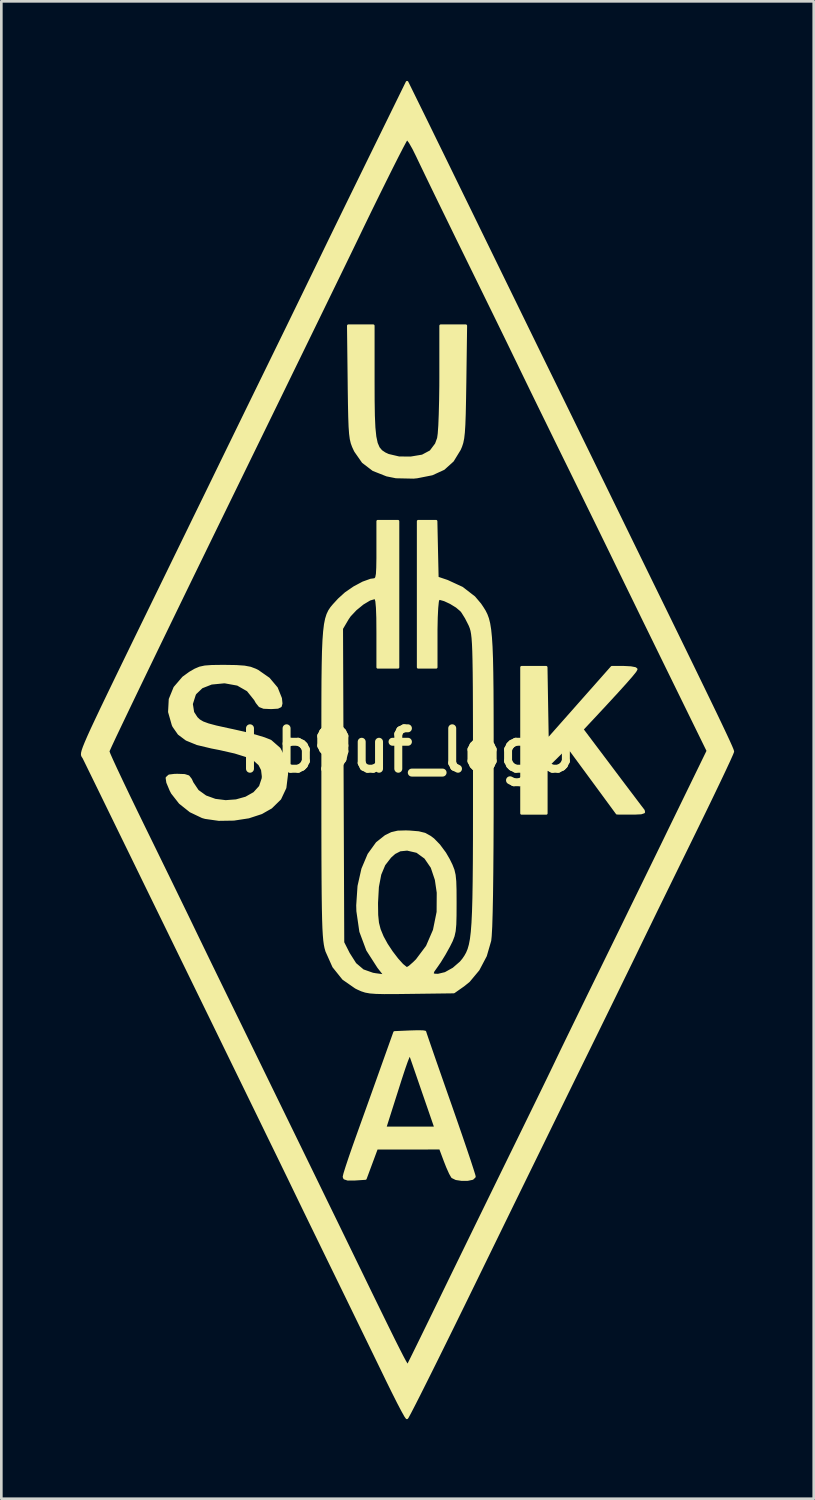
<source format=kicad_pcb>
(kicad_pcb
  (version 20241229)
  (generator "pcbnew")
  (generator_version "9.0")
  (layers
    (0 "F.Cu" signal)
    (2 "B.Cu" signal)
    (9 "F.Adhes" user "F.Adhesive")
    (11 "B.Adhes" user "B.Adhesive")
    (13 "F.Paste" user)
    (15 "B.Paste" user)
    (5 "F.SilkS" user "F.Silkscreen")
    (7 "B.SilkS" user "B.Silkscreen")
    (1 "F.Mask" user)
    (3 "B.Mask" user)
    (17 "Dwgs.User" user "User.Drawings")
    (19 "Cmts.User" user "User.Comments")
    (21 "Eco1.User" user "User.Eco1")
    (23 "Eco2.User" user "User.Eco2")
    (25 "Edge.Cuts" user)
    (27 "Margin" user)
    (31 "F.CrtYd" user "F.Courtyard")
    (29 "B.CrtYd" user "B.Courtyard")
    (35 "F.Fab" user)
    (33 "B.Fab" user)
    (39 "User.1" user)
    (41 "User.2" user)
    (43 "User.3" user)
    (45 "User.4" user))
  (footprint "hb9uf_logo"
    (layer "F.Cu")
    (at 12.284 25.226)
    (property "Reference" "hb9uf_logo" (at 0 0 0) (layer "F.SilkS") (effects (font (size 1.524 1.524) (thickness 0.3))))
    (attr through_hole)
    (fp_poly (pts (xy 8.921 2.323) (xy 8.822 2.356) (xy 8.587 2.368) (xy 8.456 2.368) (xy 7.916 2.366) (xy 6.986 1.1) (xy 6.055 -0.165) (xy 5.652 0.232) (xy 5.249 0.629) (xy 5.249 1.5) (xy 5.249 2.371) (xy 4.784 2.371) (xy 4.318 2.371) (xy 4.318 -0.381) (xy 4.318 -3.133) (xy 4.782 -3.133) (xy 5.245 -3.133) (xy 5.268 -1.76) (xy 5.292 -0.387) (xy 6.506 -1.76) (xy 7.721 -3.133) (xy 8.178 -3.133) (xy 8.431 -3.12) (xy 8.597 -3.089) (xy 8.636 -3.059) (xy 8.594 -2.986) (xy 8.464 -2.825) (xy 8.24 -2.568) (xy 7.917 -2.211) (xy 7.488 -1.745) (xy 6.948 -1.165) (xy 6.883 -1.096) (xy 6.601 -0.794) (xy 7.712 0.682) (xy 8.042 1.121) (xy 8.342 1.518) (xy 8.594 1.851) (xy 8.782 2.1) (xy 8.892 2.243) (xy 8.909 2.265) (xy 8.921 2.323)) (stroke (width 0.1) (type solid)) (fill yes) (layer "F.SilkS"))
    (fp_poly (pts (xy 2.216 -16.002) (xy 2.187 -13.864) (xy 2.176 -13.198) (xy 2.165 -12.679) (xy 2.151 -12.282) (xy 2.132 -11.985) (xy 2.107 -11.764) (xy 2.073 -11.596) (xy 2.028 -11.459) (xy 1.979 -11.345) (xy 1.72 -10.922) (xy 1.382 -10.617) (xy 0.943 -10.416) (xy 0.379 -10.304) (xy 0.244 -10.291) (xy -0.411 -10.305) (xy -0.757 -10.375) (xy -1.268 -10.577) (xy -1.653 -10.871) (xy -1.938 -11.279) (xy -1.96 -11.322) (xy -2.021 -11.454) (xy -2.069 -11.585) (xy -2.105 -11.738) (xy -2.131 -11.937) (xy -2.15 -12.205) (xy -2.163 -12.565) (xy -2.173 -13.041) (xy -2.182 -13.657) (xy -2.184 -13.864) (xy -2.209 -16.002) (xy -1.74 -16.002) (xy -1.27 -16.002) (xy -1.27 -13.925) (xy -1.268 -13.194) (xy -1.259 -12.612) (xy -1.239 -12.161) (xy -1.204 -11.822) (xy -1.151 -11.573) (xy -1.075 -11.397) (xy -0.972 -11.274) (xy -0.839 -11.184) (xy -0.705 -11.122) (xy -0.302 -11.027) (xy 0.142 -11.023) (xy 0.584 -11.097) (xy 0.897 -11.264) (xy 1.104 -11.54) (xy 1.185 -11.762) (xy 1.209 -11.933) (xy 1.231 -12.244) (xy 1.248 -12.668) (xy 1.261 -13.175) (xy 1.269 -13.737) (xy 1.27 -14.034) (xy 1.27 -16.002) (xy 1.743 -16.002) (xy 2.216 -16.002)) (stroke (width 0.1) (type solid)) (fill yes) (layer "F.SilkS"))
    (fp_poly (pts (xy 2.54 16.06) (xy 2.467 16.13) (xy 2.288 16.167) (xy 2.063 16.169) (xy 1.852 16.137) (xy 1.715 16.07) (xy 1.71 16.064) (xy 1.634 15.931) (xy 1.528 15.695) (xy 1.44 15.472) (xy 1.258 14.986) (xy 1.084 14.986) (xy 1.084 14.224) (xy 0.638 12.933) (xy 0.484 12.486) (xy 0.348 12.091) (xy 0.239 11.776) (xy 0.168 11.572) (xy 0.149 11.515) (xy 0.124 11.467) (xy 0.092 11.472) (xy 0.047 11.548) (xy -0.019 11.713) (xy -0.114 11.983) (xy -0.243 12.376) (xy -0.413 12.911) (xy -0.448 13.02) (xy -0.83 14.224) (xy 0.127 14.224) (xy 1.084 14.224) (xy 1.084 14.986) (xy 0.057 14.987) (xy -1.143 14.987) (xy -1.355 15.558) (xy -1.567 16.129) (xy -1.969 16.155) (xy -2.228 16.157) (xy -2.35 16.117) (xy -2.371 16.064) (xy -2.343 15.946) (xy -2.267 15.701) (xy -2.153 15.358) (xy -2.011 14.948) (xy -1.932 14.725) (xy -1.745 14.203) (xy -1.523 13.585) (xy -1.29 12.934) (xy -1.069 12.315) (xy -0.98 12.065) (xy -0.466 10.626) (xy 0.106 10.601) (xy 0.392 10.593) (xy 0.597 10.596) (xy 0.677 10.609) (xy 0.677 10.61) (xy 0.704 10.695) (xy 0.781 10.921) (xy 0.901 11.269) (xy 1.057 11.72) (xy 1.244 12.255) (xy 1.454 12.856) (xy 1.609 13.296) (xy 1.832 13.935) (xy 2.036 14.525) (xy 2.214 15.047) (xy 2.36 15.481) (xy 2.466 15.808) (xy 2.528 16.007) (xy 2.54 16.06)) (stroke (width 0.1) (type solid)) (fill yes) (layer "F.SilkS"))
    (fp_poly (pts (xy -4.531 0.895) (xy -4.593 1.404) (xy -4.787 1.816) (xy -5.123 2.145) (xy -5.488 2.352) (xy -5.967 2.509) (xy -6.524 2.594) (xy -7.09 2.603) (xy -7.596 2.531) (xy -7.705 2.5) (xy -8.154 2.286) (xy -8.55 1.971) (xy -8.842 1.598) (xy -8.899 1.488) (xy -9.018 1.203) (xy -9.043 1.036) (xy -8.958 0.957) (xy -8.75 0.932) (xy -8.637 0.931) (xy -8.382 0.94) (xy -8.238 0.985) (xy -8.149 1.1) (xy -8.092 1.226) (xy -7.889 1.528) (xy -7.592 1.742) (xy -7.23 1.873) (xy -6.834 1.923) (xy -6.436 1.894) (xy -6.064 1.79) (xy -5.751 1.613) (xy -5.527 1.366) (xy -5.423 1.053) (xy -5.419 0.974) (xy -5.449 0.725) (xy -5.553 0.521) (xy -5.747 0.349) (xy -6.049 0.202) (xy -6.478 0.068) (xy -7.049 -0.062) (xy -7.357 -0.122) (xy -7.902 -0.252) (xy -8.305 -0.417) (xy -8.592 -0.632) (xy -8.789 -0.913) (xy -8.813 -0.966) (xy -8.951 -1.452) (xy -8.926 -1.926) (xy -8.748 -2.363) (xy -8.424 -2.741) (xy -8.177 -2.92) (xy -7.979 -3.035) (xy -7.807 -3.108) (xy -7.614 -3.15) (xy -7.354 -3.169) (xy -6.983 -3.174) (xy -6.865 -3.174) (xy -6.432 -3.167) (xy -6.125 -3.146) (xy -5.899 -3.103) (xy -5.71 -3.031) (xy -5.63 -2.991) (xy -5.211 -2.699) (xy -4.915 -2.347) (xy -4.76 -1.96) (xy -4.741 -1.772) (xy -4.767 -1.672) (xy -4.87 -1.623) (xy -5.094 -1.609) (xy -5.144 -1.609) (xy -5.395 -1.62) (xy -5.544 -1.677) (xy -5.655 -1.816) (xy -5.715 -1.923) (xy -5.994 -2.271) (xy -6.378 -2.491) (xy -6.855 -2.577) (xy -6.895 -2.578) (xy -7.368 -2.532) (xy -7.736 -2.387) (xy -7.979 -2.155) (xy -8.005 -2.109) (xy -8.118 -1.752) (xy -8.067 -1.43) (xy -7.934 -1.223) (xy -7.833 -1.127) (xy -7.696 -1.046) (xy -7.493 -0.971) (xy -7.195 -0.891) (xy -6.77 -0.797) (xy -6.572 -0.755) (xy -6.123 -0.654) (xy -5.713 -0.548) (xy -5.381 -0.447) (xy -5.166 -0.363) (xy -5.136 -0.347) (xy -4.809 -0.061) (xy -4.611 0.319) (xy -4.533 0.808) (xy -4.531 0.895)) (stroke (width 0.1) (type solid)) (fill yes) (layer "F.SilkS"))
    (fp_poly (pts (xy 3.217 1.128) (xy 3.216 2.433) (xy 3.211 3.587) (xy 3.203 4.586) (xy 3.193 5.43) (xy 3.179 6.113) (xy 3.163 6.636) (xy 3.143 6.993) (xy 3.125 7.165) (xy 2.96 7.734) (xy 2.685 8.256) (xy 2.328 8.684) (xy 2.131 8.844) (xy 1.764 9.102) (xy 0.137 9.123) (xy -0.427 9.13) (xy -0.851 9.131) (xy -1.162 9.124) (xy -1.39 9.107) (xy -1.562 9.076) (xy -1.707 9.029) (xy -1.854 8.963) (xy -1.927 8.926) (xy -2.395 8.6) (xy -2.763 8.141) (xy -3.023 7.558) (xy -3.03 7.535) (xy -3.059 7.432) (xy -3.083 7.309) (xy -3.104 7.153) (xy -3.121 6.952) (xy -3.136 6.694) (xy -3.147 6.366) (xy -3.156 5.956) (xy -3.163 5.45) (xy -3.168 4.836) (xy -3.172 4.102) (xy -3.174 3.235) (xy -3.175 2.222) (xy -3.175 1.185) (xy -3.175 0.016) (xy -3.175 -0.997) (xy -3.174 -1.866) (xy -3.171 -2.603) (xy -3.163 -3.22) (xy -3.152 -3.731) (xy -3.134 -4.147) (xy -3.109 -4.482) (xy -3.077 -4.748) (xy -3.035 -4.957) (xy -2.983 -5.121) (xy -2.92 -5.254) (xy -2.844 -5.368) (xy -2.754 -5.476) (xy -2.65 -5.589) (xy -2.559 -5.688) (xy -2.304 -5.919) (xy -1.985 -6.138) (xy -1.653 -6.315) (xy -1.364 -6.419) (xy -1.249 -6.434) (xy -1.188 -6.449) (xy -1.146 -6.512) (xy -1.12 -6.648) (xy -1.107 -6.885) (xy -1.101 -7.249) (xy -1.101 -7.535) (xy -1.101 -8.636) (xy -0.72 -8.636) (xy -0.339 -8.636) (xy -0.339 -5.884) (xy -0.339 -3.133) (xy -0.72 -3.133) (xy -1.101 -3.133) (xy -1.101 -4.445) (xy -1.105 -4.991) (xy -1.119 -5.38) (xy -1.142 -5.627) (xy -1.177 -5.744) (xy -1.199 -5.757) (xy -1.407 -5.696) (xy -1.669 -5.539) (xy -1.936 -5.321) (xy -2.161 -5.082) (xy -2.243 -4.962) (xy -2.459 -4.594) (xy -2.436 1.323) (xy -2.413 7.239) (xy -2.201 7.658) (xy -1.953 8.048) (xy -1.662 8.295) (xy -1.291 8.426) (xy -1.181 8.444) (xy -0.811 8.494) (xy -1.071 8.163) (xy -1.486 7.516) (xy -1.745 6.821) (xy -1.856 6.055) (xy -1.862 5.835) (xy -1.813 5.113) (xy -1.668 4.469) (xy -1.437 3.923) (xy -1.128 3.495) (xy -0.804 3.238) (xy -0.576 3.126) (xy -0.345 3.072) (xy -0.041 3.063) (xy 0.101 3.068) (xy 0.437 3.096) (xy 0.672 3.154) (xy 0.871 3.265) (xy 0.99 3.355) (xy 1.205 3.576) (xy 1.428 3.877) (xy 1.566 4.115) (xy 1.669 4.324) (xy 1.74 4.505) (xy 1.784 4.695) (xy 1.808 4.933) (xy 1.818 5.26) (xy 1.82 5.713) (xy 1.82 5.757) (xy 1.818 6.224) (xy 1.809 6.559) (xy 1.786 6.803) (xy 1.744 6.992) (xy 1.678 7.165) (xy 1.58 7.362) (xy 1.578 7.366) (xy 1.409 7.67) (xy 1.233 7.957) (xy 1.172 8.045) (xy 1.172 5.358) (xy 1.1 4.867) (xy 0.943 4.399) (xy 0.697 4.04) (xy 0.381 3.81) (xy 0.012 3.725) (xy 0.001 3.725) (xy -0.263 3.752) (xy -0.472 3.859) (xy -0.636 4.006) (xy -0.863 4.299) (xy -1.017 4.667) (xy -1.107 5.137) (xy -1.14 5.738) (xy -1.14 5.8) (xy -1.134 6.204) (xy -1.104 6.5) (xy -1.04 6.75) (xy -0.931 7.014) (xy -0.92 7.037) (xy -0.77 7.311) (xy -0.578 7.601) (xy -0.372 7.87) (xy -0.182 8.082) (xy -0.036 8.2) (xy 0.006 8.213) (xy 0.101 8.157) (xy 0.265 8.013) (xy 0.377 7.903) (xy 0.763 7.388) (xy 1.028 6.774) (xy 1.167 6.089) (xy 1.172 5.358) (xy 1.172 8.045) (xy 1.134 8.101) (xy 0.986 8.31) (xy 0.948 8.419) (xy 1.025 8.461) (xy 1.173 8.467) (xy 1.449 8.401) (xy 1.755 8.23) (xy 2.032 7.99) (xy 2.128 7.874) (xy 2.206 7.759) (xy 2.274 7.638) (xy 2.332 7.498) (xy 2.381 7.327) (xy 2.422 7.111) (xy 2.455 6.839) (xy 2.481 6.499) (xy 2.501 6.076) (xy 2.516 5.559) (xy 2.526 4.936) (xy 2.533 4.193) (xy 2.537 3.318) (xy 2.538 2.299) (xy 2.538 1.146) (xy 2.538 0.045) (xy 2.537 -0.901) (xy 2.535 -1.703) (xy 2.532 -2.375) (xy 2.527 -2.929) (xy 2.52 -3.379) (xy 2.511 -3.738) (xy 2.499 -4.017) (xy 2.484 -4.232) (xy 2.465 -4.394) (xy 2.443 -4.516) (xy 2.416 -4.612) (xy 2.384 -4.695) (xy 2.364 -4.74) (xy 2.231 -5.001) (xy 2.096 -5.218) (xy 2.049 -5.278) (xy 1.877 -5.424) (xy 1.649 -5.564) (xy 1.418 -5.672) (xy 1.24 -5.722) (xy 1.182 -5.713) (xy 1.152 -5.613) (xy 1.128 -5.371) (xy 1.11 -5.015) (xy 1.101 -4.572) (xy 1.101 -4.398) (xy 1.101 -3.133) (xy 0.762 -3.133) (xy 0.423 -3.133) (xy 0.423 -5.884) (xy 0.423 -8.636) (xy 0.759 -8.636) (xy 1.096 -8.636) (xy 1.119 -7.569) (xy 1.143 -6.502) (xy 1.516 -6.376) (xy 2.075 -6.118) (xy 2.531 -5.765) (xy 2.751 -5.505) (xy 2.84 -5.373) (xy 2.918 -5.248) (xy 2.984 -5.116) (xy 3.04 -4.965) (xy 3.086 -4.781) (xy 3.123 -4.552) (xy 3.152 -4.264) (xy 3.175 -3.905) (xy 3.192 -3.461) (xy 3.203 -2.92) (xy 3.211 -2.269) (xy 3.215 -1.494) (xy 3.217 -0.583) (xy 3.217 0.477) (xy 3.217 1.128)) (stroke (width 0.1) (type solid)) (fill yes) (layer "F.SilkS"))
    (fp_poly (pts (xy 12.277 0.043) (xy 12.24 0.139) (xy 12.137 0.37) (xy 11.974 0.72) (xy 11.759 1.174) (xy 11.5 1.714) (xy 11.341 2.043) (xy 11.341 0.016) (xy 9.937 -2.849) (xy 9.588 -3.561) (xy 9.235 -4.283) (xy 8.891 -4.985) (xy 8.571 -5.642) (xy 8.287 -6.223) (xy 8.054 -6.702) (xy 7.916 -6.985) (xy 7.727 -7.375) (xy 7.477 -7.888) (xy 7.181 -8.493) (xy 6.853 -9.162) (xy 6.509 -9.865) (xy 6.162 -10.572) (xy 5.969 -10.964) (xy 5.637 -11.64) (xy 5.309 -12.311) (xy 4.996 -12.949) (xy 4.712 -13.531) (xy 4.47 -14.029) (xy 4.281 -14.418) (xy 4.191 -14.605) (xy 4.051 -14.893) (xy 3.849 -15.31) (xy 3.594 -15.833) (xy 3.299 -16.437) (xy 2.974 -17.1) (xy 2.632 -17.799) (xy 2.283 -18.51) (xy 2.247 -18.584) (xy 1.903 -19.285) (xy 1.57 -19.968) (xy 1.256 -20.61) (xy 0.974 -21.191) (xy 0.733 -21.689) (xy 0.544 -22.082) (xy 0.417 -22.347) (xy 0.404 -22.376) (xy 0.251 -22.685) (xy 0.118 -22.918) (xy 0.024 -23.043) (xy -0.008 -23.054) (xy -0.067 -22.956) (xy -0.19 -22.727) (xy -0.365 -22.387) (xy -0.582 -21.957) (xy -0.83 -21.459) (xy -1.1 -20.913) (xy -1.381 -20.341) (xy -1.662 -19.762) (xy -1.862 -19.346) (xy -1.962 -19.139) (xy -2.131 -18.79) (xy -2.364 -18.31) (xy -2.656 -17.71) (xy -3.001 -17.001) (xy -3.394 -16.194) (xy -3.831 -15.298) (xy -4.305 -14.326) (xy -4.811 -13.287) (xy -5.345 -12.193) (xy -5.901 -11.054) (xy -6.473 -9.881) (xy -6.804 -9.203) (xy -7.374 -8.035) (xy -7.922 -6.91) (xy -8.445 -5.835) (xy -8.937 -4.821) (xy -9.395 -3.876) (xy -9.813 -3.011) (xy -10.187 -2.235) (xy -10.513 -1.556) (xy -10.786 -0.985) (xy -11.002 -0.532) (xy -11.155 -0.204) (xy -11.242 -0.013) (xy -11.261 0.035) (xy -11.225 0.134) (xy -11.122 0.367) (xy -10.961 0.716) (xy -10.749 1.165) (xy -10.497 1.694) (xy -10.21 2.287) (xy -9.899 2.926) (xy -9.897 2.93) (xy -9.562 3.614) (xy -9.231 4.292) (xy -8.916 4.937) (xy -8.63 5.525) (xy -8.384 6.031) (xy -8.191 6.429) (xy -8.086 6.646) (xy -7.922 6.987) (xy -7.7 7.445) (xy -7.436 7.989) (xy -7.147 8.583) (xy -6.849 9.194) (xy -6.646 9.61) (xy -6.3 10.318) (xy -5.901 11.136) (xy -5.461 12.038) (xy -4.992 12.999) (xy -4.506 13.995) (xy -4.016 15) (xy -3.533 15.991) (xy -3.071 16.941) (xy -2.639 17.826) (xy -2.252 18.622) (xy -1.921 19.303) (xy -1.776 19.6) (xy -1.361 20.455) (xy -1.012 21.169) (xy -0.726 21.753) (xy -0.496 22.219) (xy -0.315 22.579) (xy -0.179 22.844) (xy -0.082 23.025) (xy -0.017 23.134) (xy 0.021 23.182) (xy 0.036 23.185) (xy 0.077 23.105) (xy 0.184 22.89) (xy 0.348 22.557) (xy 0.56 22.124) (xy 0.812 21.608) (xy 1.096 21.026) (xy 1.377 20.447) (xy 1.763 19.654) (xy 2.197 18.765) (xy 2.654 17.828) (xy 3.112 16.891) (xy 3.546 16.003) (xy 3.933 15.212) (xy 3.982 15.113) (xy 4.306 14.451) (xy 4.625 13.798) (xy 4.927 13.18) (xy 5.199 12.622) (xy 5.428 12.15) (xy 5.602 11.789) (xy 5.672 11.642) (xy 5.812 11.35) (xy 6.014 10.934) (xy 6.264 10.42) (xy 6.549 9.835) (xy 6.855 9.207) (xy 7.171 8.562) (xy 7.28 8.34) (xy 7.619 7.648) (xy 8.012 6.845) (xy 8.438 5.971) (xy 8.879 5.069) (xy 9.314 4.179) (xy 9.722 3.342) (xy 9.912 2.95) (xy 11.341 0.016) (xy 11.341 2.043) (xy 11.205 2.324) (xy 10.881 2.988) (xy 10.702 3.354) (xy 10.348 4.076) (xy 10.001 4.784) (xy 9.673 5.455) (xy 9.373 6.067) (xy 9.114 6.6) (xy 8.904 7.031) (xy 8.755 7.339) (xy 8.721 7.408) (xy 8.595 7.67) (xy 8.404 8.062) (xy 8.159 8.563) (xy 7.872 9.152) (xy 7.551 9.808) (xy 7.208 10.508) (xy 6.853 11.232) (xy 6.714 11.515) (xy 6.382 12.191) (xy 5.988 12.995) (xy 5.545 13.9) (xy 5.065 14.882) (xy 4.559 15.916) (xy 4.041 16.975) (xy 3.523 18.036) (xy 3.017 19.073) (xy 2.584 19.96) (xy 2.157 20.834) (xy 1.751 21.661) (xy 1.372 22.43) (xy 1.027 23.128) (xy 0.721 23.742) (xy 0.461 24.261) (xy 0.252 24.672) (xy 0.102 24.962) (xy 0.016 25.12) (xy -0.002 25.146) (xy -0.054 25.073) (xy -0.167 24.871) (xy -0.329 24.562) (xy -0.527 24.169) (xy -0.75 23.716) (xy -0.785 23.643) (xy -1.023 23.152) (xy -1.317 22.548) (xy -1.647 21.87) (xy -1.994 21.157) (xy -2.339 20.448) (xy -2.629 19.854) (xy -2.946 19.205) (xy -3.27 18.539) (xy -3.587 17.889) (xy -3.878 17.29) (xy -4.127 16.776) (xy -4.317 16.383) (xy -4.437 16.134) (xy -4.626 15.746) (xy -4.876 15.231) (xy -5.183 14.603) (xy -5.538 13.873) (xy -5.937 13.055) (xy -6.373 12.161) (xy -6.84 11.204) (xy -7.331 10.196) (xy -7.841 9.152) (xy -8.363 8.082) (xy -8.465 7.874) (xy -8.976 6.826) (xy -9.469 5.817) (xy -9.937 4.859) (xy -10.374 3.962) (xy -10.777 3.138) (xy -11.139 2.396) (xy -11.455 1.748) (xy -11.72 1.205) (xy -11.929 0.778) (xy -12.076 0.477) (xy -12.156 0.314) (xy -12.167 0.291) (xy -12.189 0.253) (xy -12.21 0.223) (xy -12.227 0.191) (xy -12.234 0.15) (xy -12.229 0.089) (xy -12.207 0.001) (xy -12.164 -0.123) (xy -12.096 -0.291) (xy -12 -0.513) (xy -11.871 -0.798) (xy -11.705 -1.152) (xy -11.499 -1.587) (xy -11.248 -2.109) (xy -10.949 -2.728) (xy -10.597 -3.453) (xy -10.189 -4.292) (xy -9.72 -5.253) (xy -9.187 -6.346) (xy -8.586 -7.579) (xy -8.318 -8.128) (xy -8.005 -8.771) (xy -7.656 -9.485) (xy -7.3 -10.215) (xy -6.963 -10.908) (xy -6.671 -11.507) (xy -6.646 -11.557) (xy -6.381 -12.101) (xy -6.064 -12.751) (xy -5.715 -13.465) (xy -5.358 -14.195) (xy -5.014 -14.899) (xy -4.827 -15.282) (xy -4.524 -15.901) (xy -4.218 -16.53) (xy -3.923 -17.136) (xy -3.657 -17.684) (xy -3.435 -18.14) (xy -3.302 -18.415) (xy -3.149 -18.731) (xy -2.934 -19.174) (xy -2.669 -19.718) (xy -2.366 -20.339) (xy -2.038 -21.01) (xy -1.697 -21.706) (xy -1.405 -22.303) (xy 0.004 -25.176) (xy 0.646 -23.87) (xy 0.829 -23.497) (xy 1.073 -22.997) (xy 1.367 -22.397) (xy 1.697 -21.721) (xy 2.051 -20.996) (xy 2.417 -20.248) (xy 2.781 -19.501) (xy 2.836 -19.389) (xy 3.227 -18.588) (xy 3.645 -17.732) (xy 4.073 -16.856) (xy 4.493 -15.996) (xy 4.888 -15.187) (xy 5.242 -14.464) (xy 5.505 -13.928) (xy 5.842 -13.24) (xy 6.204 -12.5) (xy 6.57 -11.75) (xy 6.921 -11.033) (xy 7.234 -10.391) (xy 7.451 -9.948) (xy 7.745 -9.345) (xy 8.088 -8.643) (xy 8.453 -7.895) (xy 8.814 -7.156) (xy 9.145 -6.479) (xy 9.208 -6.35) (xy 9.775 -5.191) (xy 10.271 -4.175) (xy 10.701 -3.293) (xy 11.068 -2.537) (xy 11.378 -1.898) (xy 11.634 -1.368) (xy 11.84 -0.937) (xy 12.001 -0.596) (xy 12.121 -0.338) (xy 12.204 -0.153) (xy 12.254 -0.033) (xy 12.275 0.031) (xy 12.277 0.043)) (stroke (width 0.1) (type solid)) (fill yes) (layer "F.SilkS")))
  (gr_rect
    (start -3 -3)
    (end 27.611 53.422)
    (stroke (width 0.1) (type default))
    (fill no)
    (layer "Edge.Cuts")))
</source>
